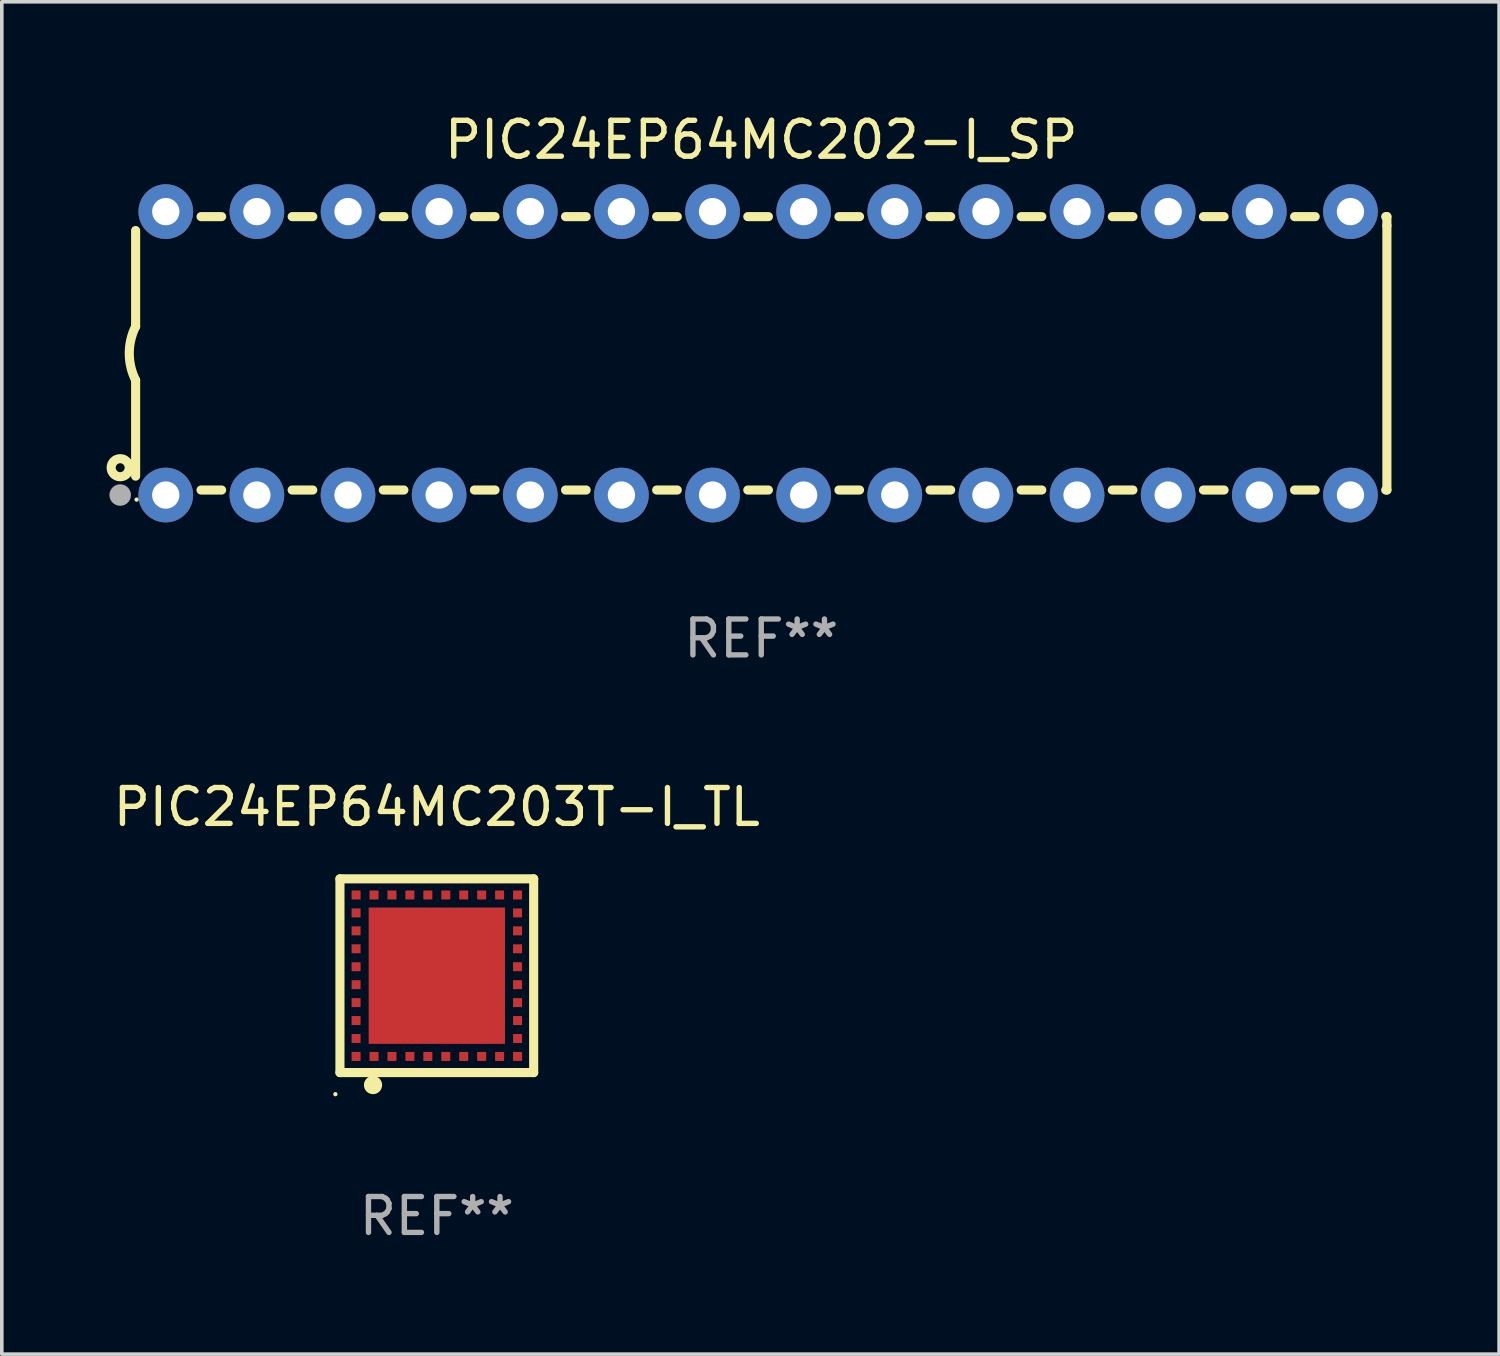
<source format=kicad_pcb>
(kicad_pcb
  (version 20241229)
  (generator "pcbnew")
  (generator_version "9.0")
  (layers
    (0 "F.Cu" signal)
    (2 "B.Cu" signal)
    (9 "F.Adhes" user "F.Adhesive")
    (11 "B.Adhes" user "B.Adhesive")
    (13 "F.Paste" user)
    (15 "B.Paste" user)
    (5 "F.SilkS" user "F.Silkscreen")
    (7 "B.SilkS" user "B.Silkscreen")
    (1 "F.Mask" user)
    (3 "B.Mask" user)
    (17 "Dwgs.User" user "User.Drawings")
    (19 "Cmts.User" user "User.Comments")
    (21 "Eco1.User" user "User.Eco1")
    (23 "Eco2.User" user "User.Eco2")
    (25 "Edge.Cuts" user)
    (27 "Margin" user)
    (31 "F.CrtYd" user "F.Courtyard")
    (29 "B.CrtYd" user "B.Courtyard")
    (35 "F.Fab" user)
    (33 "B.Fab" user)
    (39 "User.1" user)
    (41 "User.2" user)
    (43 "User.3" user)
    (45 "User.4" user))
  (footprint "PIC24EP64MC203T-I_TL"
    (layer "F.Cu")
    (at 9.125 24.145)
    (property "Reference" "PIC24EP64MC203T-I_TL" (at 0 -4.7 0) (layer "F.SilkS") (effects (font (size 1 1) (thickness 0.15))))
    (attr through_hole)
    (fp_line (start -2.7 -2.7) (end 2.7 -2.7) (stroke (width 0.254) (type solid)) (layer "F.SilkS"))
    (fp_line (start -2.7 2.7) (end -2.7 -2.7) (stroke (width 0.254) (type solid)) (layer "F.SilkS"))
    (fp_line (start 2.7 -2.7) (end 2.7 2.7) (stroke (width 0.254) (type solid)) (layer "F.SilkS"))
    (fp_line (start 2.7 2.7) (end -2.7 2.7) (stroke (width 0.254) (type solid)) (layer "F.SilkS"))
    (fp_circle (center -2.827 3.302) (end -2.797 3.302) (stroke (width 0.06) (type solid)) (fill no) (layer "F.SilkS"))
    (fp_circle (center -1.778 3.048) (end -1.651 3.048) (stroke (width 0.254) (type solid)) (fill no) (layer "F.SilkS"))
    (fp_text user "REF**" (at 0 6.7 0) (layer "F.Fab") (effects (font (size 1 1) (thickness 0.15))))
    (pad "1" smd rect (at -1.75 2.25) (size 0.25 0.25) (layers "F.Cu" "F.Mask" "F.Paste"))
    (pad "2" smd rect (at -1.25 2.25) (size 0.25 0.25) (layers "F.Cu" "F.Mask" "F.Paste"))
    (pad "3" smd rect (at -0.75 2.25) (size 0.25 0.25) (layers "F.Cu" "F.Mask" "F.Paste"))
    (pad "4" smd rect (at -0.25 2.25) (size 0.25 0.25) (layers "F.Cu" "F.Mask" "F.Paste"))
    (pad "5" smd rect (at 0.25 2.25) (size 0.25 0.25) (layers "F.Cu" "F.Mask" "F.Paste"))
    (pad "6" smd rect (at 0.75 2.25) (size 0.25 0.25) (layers "F.Cu" "F.Mask" "F.Paste"))
    (pad "7" smd rect (at 1.25 2.25) (size 0.25 0.25) (layers "F.Cu" "F.Mask" "F.Paste"))
    (pad "8" smd rect (at 1.75 2.25) (size 0.25 0.25) (layers "F.Cu" "F.Mask" "F.Paste"))
    (pad "9" smd rect (at 2.25 2.25) (size 0.25 0.25) (layers "F.Cu" "F.Mask" "F.Paste"))
    (pad "10" smd rect (at 2.25 1.75) (size 0.25 0.25) (layers "F.Cu" "F.Mask" "F.Paste"))
    (pad "11" smd rect (at 2.25 1.25) (size 0.25 0.25) (layers "F.Cu" "F.Mask" "F.Paste"))
    (pad "12" smd rect (at 2.25 0.75) (size 0.25 0.25) (layers "F.Cu" "F.Mask" "F.Paste"))
    (pad "13" smd rect (at 2.25 0.25) (size 0.25 0.25) (layers "F.Cu" "F.Mask" "F.Paste"))
    (pad "14" smd rect (at 2.25 -0.25) (size 0.25 0.25) (layers "F.Cu" "F.Mask" "F.Paste"))
    (pad "15" smd rect (at 2.25 -0.75) (size 0.25 0.25) (layers "F.Cu" "F.Mask" "F.Paste"))
    (pad "16" smd rect (at 2.25 -1.25) (size 0.25 0.25) (layers "F.Cu" "F.Mask" "F.Paste"))
    (pad "17" smd rect (at 2.25 -1.75) (size 0.25 0.25) (layers "F.Cu" "F.Mask" "F.Paste"))
    (pad "18" smd rect (at 2.25 -2.25) (size 0.25 0.25) (layers "F.Cu" "F.Mask" "F.Paste"))
    (pad "19" smd rect (at 1.75 -2.25) (size 0.25 0.25) (layers "F.Cu" "F.Mask" "F.Paste"))
    (pad "20" smd rect (at 1.25 -2.25) (size 0.25 0.25) (layers "F.Cu" "F.Mask" "F.Paste"))
    (pad "21" smd rect (at 0.75 -2.25) (size 0.25 0.25) (layers "F.Cu" "F.Mask" "F.Paste"))
    (pad "22" smd rect (at 0.25 -2.25) (size 0.25 0.25) (layers "F.Cu" "F.Mask" "F.Paste"))
    (pad "23" smd rect (at -0.25 -2.25) (size 0.25 0.25) (layers "F.Cu" "F.Mask" "F.Paste"))
    (pad "24" smd rect (at -0.75 -2.25) (size 0.25 0.25) (layers "F.Cu" "F.Mask" "F.Paste"))
    (pad "25" smd rect (at -1.25 -2.25) (size 0.25 0.25) (layers "F.Cu" "F.Mask" "F.Paste"))
    (pad "26" smd rect (at -1.75 -2.25) (size 0.25 0.25) (layers "F.Cu" "F.Mask" "F.Paste"))
    (pad "27" smd rect (at -2.25 -2.25) (size 0.25 0.25) (layers "F.Cu" "F.Mask" "F.Paste"))
    (pad "28" smd rect (at -2.25 -1.75) (size 0.25 0.25) (layers "F.Cu" "F.Mask" "F.Paste"))
    (pad "29" smd rect (at -2.25 -1.25) (size 0.25 0.25) (layers "F.Cu" "F.Mask" "F.Paste"))
    (pad "30" smd rect (at -2.25 -0.75) (size 0.25 0.25) (layers "F.Cu" "F.Mask" "F.Paste"))
    (pad "31" smd rect (at -2.25 -0.25) (size 0.25 0.25) (layers "F.Cu" "F.Mask" "F.Paste"))
    (pad "32" smd rect (at -2.25 0.25) (size 0.25 0.25) (layers "F.Cu" "F.Mask" "F.Paste"))
    (pad "33" smd rect (at -2.25 0.75) (size 0.25 0.25) (layers "F.Cu" "F.Mask" "F.Paste"))
    (pad "34" smd rect (at -2.25 1.25) (size 0.25 0.25) (layers "F.Cu" "F.Mask" "F.Paste"))
    (pad "35" smd rect (at -2.25 1.75) (size 0.25 0.25) (layers "F.Cu" "F.Mask" "F.Paste"))
    (pad "36" smd rect (at -2.25 2.25) (size 0.25 0.25) (layers "F.Cu" "F.Mask" "F.Paste"))
    (pad "37" smd rect (at 0.000127 -0.000076) (size 3.8 3.8) (layers "F.Cu" "F.Mask" "F.Paste")))
  (footprint "PIC24EP64MC202-I_SP"
    (layer "F.Cu")
    (at 18.168 6.798)
    (property "Reference" "PIC24EP64MC202-I_SP" (at 0 -5.95 0) (layer "F.SilkS") (effects (font (size 1 1) (thickness 0.15))))
    (attr through_hole)
    (fp_line (start -17.438 0.75) (end -17.438 3.423) (stroke (width 0.254) (type solid)) (layer "F.SilkS"))
    (fp_line (start -17.438 -3.423) (end -17.438 -0.75) (stroke (width 0.254) (type solid)) (layer "F.SilkS"))
    (fp_line (start -15.615 3.81) (end -15.041 3.81) (stroke (width 0.254) (type solid)) (layer "F.SilkS"))
    (fp_line (start -15.041 -3.81) (end -15.614 -3.81) (stroke (width 0.254) (type solid)) (layer "F.SilkS"))
    (fp_line (start -13.075 3.81) (end -12.501 3.81) (stroke (width 0.254) (type solid)) (layer "F.SilkS"))
    (fp_line (start -12.501 -3.81) (end -13.074 -3.81) (stroke (width 0.254) (type solid)) (layer "F.SilkS"))
    (fp_line (start -10.535 3.81) (end -9.961 3.81) (stroke (width 0.254) (type solid)) (layer "F.SilkS"))
    (fp_line (start -9.961 -3.81) (end -10.534 -3.81) (stroke (width 0.254) (type solid)) (layer "F.SilkS"))
    (fp_line (start -7.995 3.81) (end -7.421 3.81) (stroke (width 0.254) (type solid)) (layer "F.SilkS"))
    (fp_line (start -7.421 -3.81) (end -7.995 -3.81) (stroke (width 0.254) (type solid)) (layer "F.SilkS"))
    (fp_line (start -5.455 3.81) (end -4.881 3.81) (stroke (width 0.254) (type solid)) (layer "F.SilkS"))
    (fp_line (start -4.881 -3.81) (end -5.455 -3.81) (stroke (width 0.254) (type solid)) (layer "F.SilkS"))
    (fp_line (start -2.915 3.81) (end -2.341 3.81) (stroke (width 0.254) (type solid)) (layer "F.SilkS"))
    (fp_line (start -2.341 -3.81) (end -2.915 -3.81) (stroke (width 0.254) (type solid)) (layer "F.SilkS"))
    (fp_line (start -0.375 3.81) (end 0.199 3.81) (stroke (width 0.254) (type solid)) (layer "F.SilkS"))
    (fp_line (start 0.199 -3.81) (end -0.375 -3.81) (stroke (width 0.254) (type solid)) (layer "F.SilkS"))
    (fp_line (start 2.165 3.81) (end 2.739 3.81) (stroke (width 0.254) (type solid)) (layer "F.SilkS"))
    (fp_line (start 2.739 -3.81) (end 2.165 -3.81) (stroke (width 0.254) (type solid)) (layer "F.SilkS"))
    (fp_line (start 4.705 3.81) (end 5.279 3.81) (stroke (width 0.254) (type solid)) (layer "F.SilkS"))
    (fp_line (start 5.279 -3.81) (end 4.705 -3.81) (stroke (width 0.254) (type solid)) (layer "F.SilkS"))
    (fp_line (start 7.245 3.81) (end 7.819 3.81) (stroke (width 0.254) (type solid)) (layer "F.SilkS"))
    (fp_line (start 7.819 -3.81) (end 7.245 -3.81) (stroke (width 0.254) (type solid)) (layer "F.SilkS"))
    (fp_line (start 9.785 3.81) (end 10.359 3.81) (stroke (width 0.254) (type solid)) (layer "F.SilkS"))
    (fp_line (start 10.359 -3.81) (end 9.785 -3.81) (stroke (width 0.254) (type solid)) (layer "F.SilkS"))
    (fp_line (start 12.325 3.81) (end 12.899 3.81) (stroke (width 0.254) (type solid)) (layer "F.SilkS"))
    (fp_line (start 12.899 -3.81) (end 12.325 -3.81) (stroke (width 0.254) (type solid)) (layer "F.SilkS"))
    (fp_line (start 14.865 3.81) (end 15.439 3.81) (stroke (width 0.254) (type solid)) (layer "F.SilkS"))
    (fp_line (start 15.439 -3.81) (end 14.865 -3.81) (stroke (width 0.254) (type solid)) (layer "F.SilkS"))
    (fp_line (start 17.405 3.81) (end 17.438 3.81) (stroke (width 0.254) (type solid)) (layer "F.SilkS"))
    (fp_line (start 17.438 -3.81) (end 17.405 -3.81) (stroke (width 0.254) (type solid)) (layer "F.SilkS"))
    (fp_line (start 17.438 -3.556) (end 17.438 -3.81) (stroke (width 0.254) (type solid)) (layer "F.SilkS"))
    (fp_line (start 17.438 3.81) (end 17.438 -3.556) (stroke (width 0.254) (type solid)) (layer "F.SilkS"))
    (fp_arc (start -17.437986 0.749657) (mid -17.614887 -0.000024) (end -17.437783 -0.749657) (stroke (width 0.254001) (type solid)) (layer "F.SilkS"))
    (fp_circle (center -17.868 3.188) (end -17.743 3.188) (stroke (width 0.254) (type solid)) (fill no) (layer "F.SilkS"))
    (fp_circle (center -17.411 4.077) (end -17.381 4.077) (stroke (width 0.06) (type solid)) (fill no) (layer "F.SilkS"))
    (fp_circle (center -17.868 3.95) (end -17.718 3.95) (stroke (width 0.3) (type solid)) (fill no) (layer "F.Fab"))
    (fp_text user "REF**" (at 0 7.95 0) (layer "F.Fab") (effects (font (size 1 1) (thickness 0.15))))
    (pad "1" thru_hole circle (at -16.598 3.95) (size 1.524 1.524) (drill 0.762) (layers "*.Cu" "*.Mask"))
    (pad "2" thru_hole circle (at -14.058 3.95) (size 1.524 1.524) (drill 0.762) (layers "*.Cu" "*.Mask"))
    (pad "3" thru_hole circle (at -11.518 3.95) (size 1.524 1.524) (drill 0.762) (layers "*.Cu" "*.Mask"))
    (pad "4" thru_hole circle (at -8.978 3.95) (size 1.524 1.524) (drill 0.762) (layers "*.Cu" "*.Mask"))
    (pad "5" thru_hole circle (at -6.438 3.95) (size 1.524 1.524) (drill 0.762) (layers "*.Cu" "*.Mask"))
    (pad "6" thru_hole circle (at -3.898 3.95) (size 1.524 1.524) (drill 0.762) (layers "*.Cu" "*.Mask"))
    (pad "7" thru_hole circle (at -1.358 3.95) (size 1.524 1.524) (drill 0.762) (layers "*.Cu" "*.Mask"))
    (pad "8" thru_hole circle (at 1.182 3.95) (size 1.524 1.524) (drill 0.762) (layers "*.Cu" "*.Mask"))
    (pad "9" thru_hole circle (at 3.722 3.95) (size 1.524 1.524) (drill 0.762) (layers "*.Cu" "*.Mask"))
    (pad "10" thru_hole circle (at 6.262 3.95) (size 1.524 1.524) (drill 0.762) (layers "*.Cu" "*.Mask"))
    (pad "11" thru_hole circle (at 8.802 3.95) (size 1.524 1.524) (drill 0.762) (layers "*.Cu" "*.Mask"))
    (pad "12" thru_hole circle (at 11.342 3.95) (size 1.524 1.524) (drill 0.762) (layers "*.Cu" "*.Mask"))
    (pad "13" thru_hole circle (at 13.882 3.95) (size 1.524 1.524) (drill 0.762) (layers "*.Cu" "*.Mask"))
    (pad "14" thru_hole circle (at 16.422 3.95) (size 1.524 1.524) (drill 0.762) (layers "*.Cu" "*.Mask"))
    (pad "15" thru_hole circle (at 16.422 -3.95) (size 1.524 1.524) (drill 0.762) (layers "*.Cu" "*.Mask"))
    (pad "16" thru_hole circle (at 13.882 -3.95) (size 1.524 1.524) (drill 0.762) (layers "*.Cu" "*.Mask"))
    (pad "17" thru_hole circle (at 11.342 -3.95) (size 1.524 1.524) (drill 0.762) (layers "*.Cu" "*.Mask"))
    (pad "18" thru_hole circle (at 8.802 -3.95) (size 1.524 1.524) (drill 0.762) (layers "*.Cu" "*.Mask"))
    (pad "19" thru_hole circle (at 6.262 -3.95) (size 1.524 1.524) (drill 0.762) (layers "*.Cu" "*.Mask"))
    (pad "20" thru_hole circle (at 3.722 -3.95) (size 1.524 1.524) (drill 0.762) (layers "*.Cu" "*.Mask"))
    (pad "21" thru_hole circle (at 1.182 -3.95) (size 1.524 1.524) (drill 0.762) (layers "*.Cu" "*.Mask"))
    (pad "22" thru_hole circle (at -1.358 -3.95) (size 1.524 1.524) (drill 0.762) (layers "*.Cu" "*.Mask"))
    (pad "23" thru_hole circle (at -3.898 -3.95) (size 1.524 1.524) (drill 0.762) (layers "*.Cu" "*.Mask"))
    (pad "24" thru_hole circle (at -6.438 -3.95) (size 1.524 1.524) (drill 0.762) (layers "*.Cu" "*.Mask"))
    (pad "25" thru_hole circle (at -8.978 -3.95) (size 1.524 1.524) (drill 0.762) (layers "*.Cu" "*.Mask"))
    (pad "26" thru_hole circle (at -11.517 -3.95) (size 1.524 1.524) (drill 0.762) (layers "*.Cu" "*.Mask"))
    (pad "27" thru_hole circle (at -14.057 -3.95) (size 1.524 1.524) (drill 0.762) (layers "*.Cu" "*.Mask"))
    (pad "28" thru_hole circle (at -16.597 -3.95) (size 1.524 1.524) (drill 0.762) (layers "*.Cu" "*.Mask")))
  (gr_rect
    (start -3 -3)
    (end 38.733 34.693)
    (stroke (width 0.1) (type default))
    (fill no)
    (layer "Edge.Cuts")))
</source>
